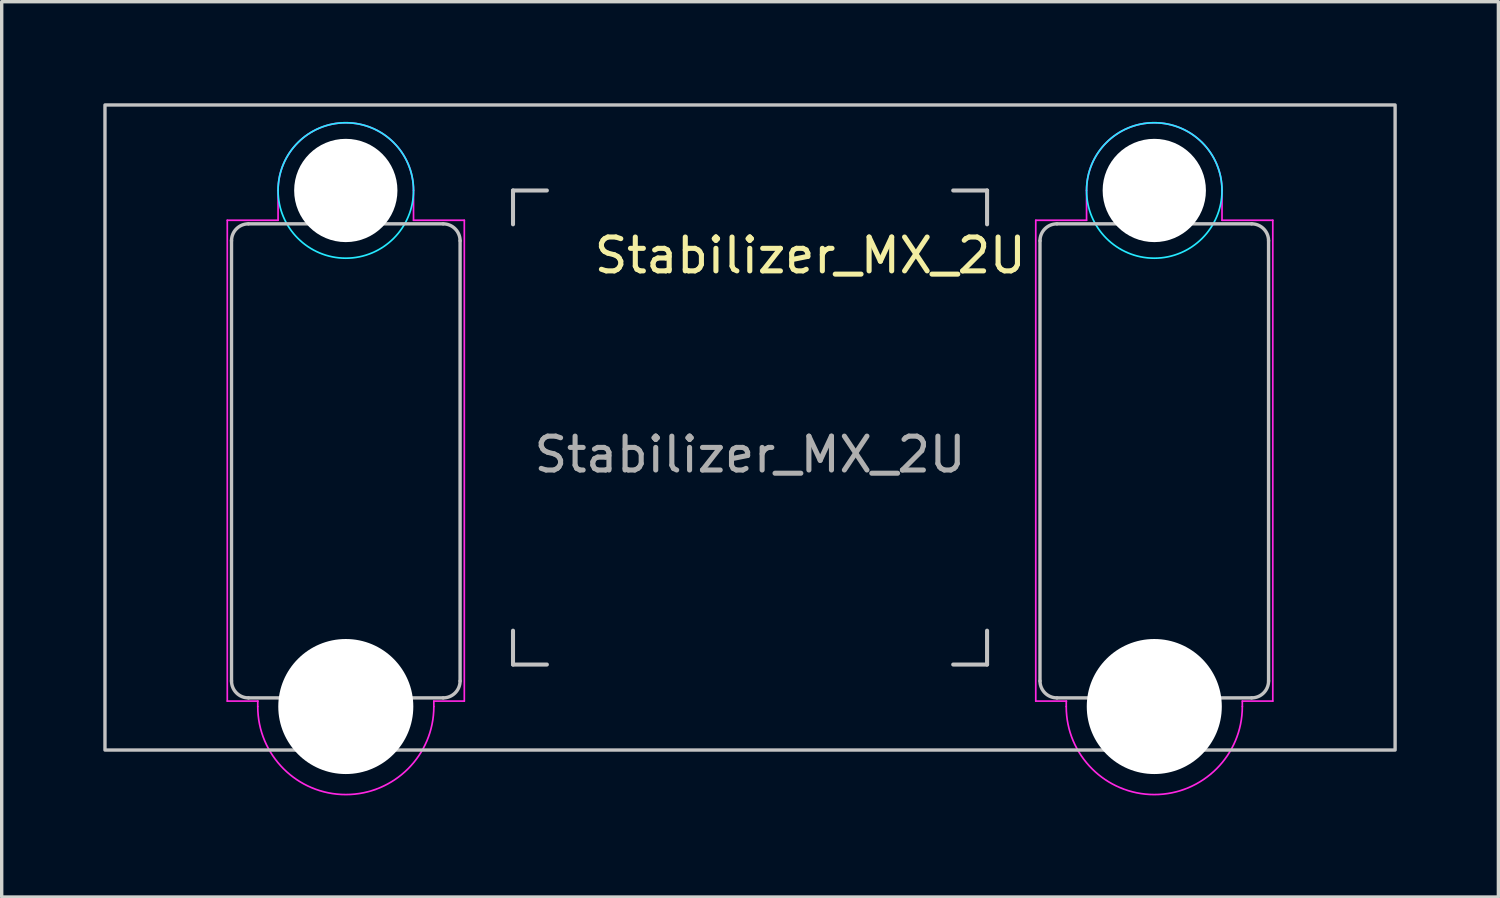
<source format=kicad_pcb>
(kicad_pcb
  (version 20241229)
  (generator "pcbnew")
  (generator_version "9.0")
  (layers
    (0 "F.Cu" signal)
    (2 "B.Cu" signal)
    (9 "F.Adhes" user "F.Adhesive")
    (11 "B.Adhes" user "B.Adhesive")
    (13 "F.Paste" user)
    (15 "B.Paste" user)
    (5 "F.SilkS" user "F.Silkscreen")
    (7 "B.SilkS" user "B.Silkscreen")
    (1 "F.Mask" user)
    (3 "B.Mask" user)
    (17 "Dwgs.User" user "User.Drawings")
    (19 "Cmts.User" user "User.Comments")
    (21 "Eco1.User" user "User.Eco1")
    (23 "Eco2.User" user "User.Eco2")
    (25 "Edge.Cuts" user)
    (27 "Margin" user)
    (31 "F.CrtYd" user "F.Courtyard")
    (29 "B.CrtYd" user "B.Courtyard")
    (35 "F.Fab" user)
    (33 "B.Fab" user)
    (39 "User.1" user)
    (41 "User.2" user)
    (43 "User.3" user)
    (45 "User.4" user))
  (footprint "Stabilizer_MX_2U"
    (layer "F.Cu")
    (at 19.1 9.575)
    (property "Reference" "Stabilizer_MX_2U" (at 1.778 -5.08 180) (layer "F.SilkS") (effects (font (size 1 1) (thickness 0.15))))
    (attr exclude_from_pos_files exclude_from_bom)
    (fp_line (start -15.313 7.485) (end -15.313 -5.515) (stroke (width 0.1) (type default)) (layer "Dwgs.User"))
    (fp_line (start -14.813 -6.015) (end -9.063 -6.015) (stroke (width 0.1) (type default)) (layer "Dwgs.User"))
    (fp_line (start -9.063 7.985) (end -14.813 7.985) (stroke (width 0.1) (type default)) (layer "Dwgs.User"))
    (fp_line (start -8.563 -5.515) (end -8.563 7.485) (stroke (width 0.1) (type default)) (layer "Dwgs.User"))
    (fp_line (start -7 -7) (end -7 -6) (stroke (width 0.12) (type solid)) (layer "Dwgs.User"))
    (fp_line (start -7 -7) (end -6 -7) (stroke (width 0.12) (type solid)) (layer "Dwgs.User"))
    (fp_line (start -7 7) (end -7 6) (stroke (width 0.12) (type solid)) (layer "Dwgs.User"))
    (fp_line (start -6 7) (end -7 7) (stroke (width 0.12) (type solid)) (layer "Dwgs.User"))
    (fp_line (start 6 -7) (end 7 -7) (stroke (width 0.12) (type solid)) (layer "Dwgs.User"))
    (fp_line (start 7 -7) (end 7 -6) (stroke (width 0.12) (type solid)) (layer "Dwgs.User"))
    (fp_line (start 7 6) (end 7 7) (stroke (width 0.12) (type solid)) (layer "Dwgs.User"))
    (fp_line (start 7 7) (end 6 7) (stroke (width 0.12) (type solid)) (layer "Dwgs.User"))
    (fp_line (start 8.563 7.485) (end 8.563 -5.515) (stroke (width 0.1) (type default)) (layer "Dwgs.User"))
    (fp_line (start 9.063 -6.015) (end 14.813 -6.015) (stroke (width 0.1) (type default)) (layer "Dwgs.User"))
    (fp_line (start 14.813 7.985) (end 9.063 7.985) (stroke (width 0.1) (type default)) (layer "Dwgs.User"))
    (fp_line (start 15.313 -5.515) (end 15.313 7.485) (stroke (width 0.1) (type default)) (layer "Dwgs.User"))
    (fp_rect (start -19.05 -9.525) (end 19.05 9.525) (stroke (width 0.1) (type default)) (fill no) (layer "Dwgs.User"))
    (fp_arc (start -15.313 -5.515001) (mid -15.166553 -5.868554) (end -14.813 -6.015001) (stroke (width 0.1) (type default)) (layer "Dwgs.User"))
    (fp_arc (start -14.813 7.984998) (mid -15.166553 7.838551) (end -15.313 7.484998) (stroke (width 0.1) (type default)) (layer "Dwgs.User"))
    (fp_arc (start -9.063 -6.015001) (mid -8.709447 -5.868554) (end -8.563 -5.515001) (stroke (width 0.1) (type default)) (layer "Dwgs.User"))
    (fp_arc (start -8.563 7.484998) (mid -8.709447 7.838551) (end -9.063 7.984998) (stroke (width 0.1) (type default)) (layer "Dwgs.User"))
    (fp_arc (start 8.563 -5.515001) (mid 8.709447 -5.868554) (end 9.063 -6.015001) (stroke (width 0.1) (type default)) (layer "Dwgs.User"))
    (fp_arc (start 9.063 7.984998) (mid 8.709447 7.838551) (end 8.563 7.484998) (stroke (width 0.1) (type default)) (layer "Dwgs.User"))
    (fp_arc (start 14.813 -6.015001) (mid 15.166554 -5.868554) (end 15.313 -5.515001) (stroke (width 0.1) (type default)) (layer "Dwgs.User"))
    (fp_arc (start 15.313 7.484998) (mid 15.166553 7.838551) (end 14.813 7.984998) (stroke (width 0.1) (type default)) (layer "Dwgs.User"))
    (fp_circle (center -11.938 -7) (end -9.938 -7) (stroke (width 0.05) (type default)) (fill no) (layer "B.CrtYd"))
    (fp_circle (center 11.938 -7) (end 13.938 -7) (stroke (width 0.05) (type default)) (fill no) (layer "B.CrtYd"))
    (fp_line (start -15.438 8.08) (end -15.438 -6.12) (stroke (width 0.05) (type default)) (layer "F.CrtYd"))
    (fp_line (start -14.538 8.24) (end -14.538 8.08) (stroke (width 0.05) (type default)) (layer "F.CrtYd"))
    (fp_line (start -14.53 8.08) (end -15.438 8.08) (stroke (width 0.05) (type default)) (layer "F.CrtYd"))
    (fp_line (start -13.938 -7) (end -13.938 -6.12) (stroke (width 0.05) (type default)) (layer "F.CrtYd"))
    (fp_line (start -13.938 -6.12) (end -15.438 -6.12) (stroke (width 0.05) (type default)) (layer "F.CrtYd"))
    (fp_line (start -9.938 -7) (end -9.938 -6.12) (stroke (width 0.05) (type default)) (layer "F.CrtYd"))
    (fp_line (start -9.938 -6.12) (end -8.438 -6.12) (stroke (width 0.05) (type default)) (layer "F.CrtYd"))
    (fp_line (start -9.338 8.08) (end -8.438 8.08) (stroke (width 0.05) (type default)) (layer "F.CrtYd"))
    (fp_line (start -9.338 8.24) (end -9.338 8.08) (stroke (width 0.05) (type default)) (layer "F.CrtYd"))
    (fp_line (start -8.438 -6.12) (end -8.438 8.08) (stroke (width 0.05) (type default)) (layer "F.CrtYd"))
    (fp_line (start 8.438 8.08) (end 8.438 -6.12) (stroke (width 0.05) (type default)) (layer "F.CrtYd"))
    (fp_line (start 9.338 8.24) (end 9.338 8.08) (stroke (width 0.05) (type default)) (layer "F.CrtYd"))
    (fp_line (start 9.346 8.08) (end 8.438 8.08) (stroke (width 0.05) (type default)) (layer "F.CrtYd"))
    (fp_line (start 9.938 -7) (end 9.938 -6.12) (stroke (width 0.05) (type default)) (layer "F.CrtYd"))
    (fp_line (start 9.938 -6.12) (end 8.438 -6.12) (stroke (width 0.05) (type default)) (layer "F.CrtYd"))
    (fp_line (start 13.938 -7) (end 13.938 -6.12) (stroke (width 0.05) (type default)) (layer "F.CrtYd"))
    (fp_line (start 13.938 -6.12) (end 15.438 -6.12) (stroke (width 0.05) (type default)) (layer "F.CrtYd"))
    (fp_line (start 14.538 8.08) (end 15.438 8.08) (stroke (width 0.05) (type default)) (layer "F.CrtYd"))
    (fp_line (start 14.538 8.24) (end 14.538 8.08) (stroke (width 0.05) (type default)) (layer "F.CrtYd"))
    (fp_line (start 15.438 -6.12) (end 15.438 8.08) (stroke (width 0.05) (type default)) (layer "F.CrtYd"))
    (fp_arc (start -13.938 -7) (mid -11.938 -9) (end -9.938 -7) (stroke (width 0.05) (type default)) (layer "F.CrtYd"))
    (fp_arc (start -9.338 8.239998) (mid -11.938 10.839998) (end -14.538 8.239998) (stroke (width 0.05) (type default)) (layer "F.CrtYd"))
    (fp_arc (start 9.938 -7) (mid 11.938 -9) (end 13.938 -7) (stroke (width 0.05) (type default)) (layer "F.CrtYd"))
    (fp_arc (start 14.538 8.239998) (mid 11.938 10.839998) (end 9.338 8.239998) (stroke (width 0.05) (type default)) (layer "F.CrtYd"))
    (fp_text user "${REFERENCE}" (at 0 0.8 0) (layer "F.Fab") (effects (font (size 1 1) (thickness 0.15))))
    (pad "" np_thru_hole circle (at -11.938 -7 180) (size 3.05 3.05) (drill 3.05) (layers "*.Cu" "*.Mask"))
    (pad "" np_thru_hole circle (at -11.938 8.24) (size 3.988 3.988) (drill 3.988) (layers "*.Cu" "*.Mask"))
    (pad "" np_thru_hole circle (at 11.938 -7 180) (size 3.05 3.05) (drill 3.05) (layers "*.Cu" "*.Mask"))
    (pad "" np_thru_hole circle (at 11.938 8.24) (size 3.988 3.988) (drill 3.988) (layers "*.Cu" "*.Mask")))
  (gr_rect
    (start -3 -3)
    (end 41.2 23.44)
    (stroke (width 0.1) (type default))
    (fill no)
    (layer "Edge.Cuts")))
</source>
